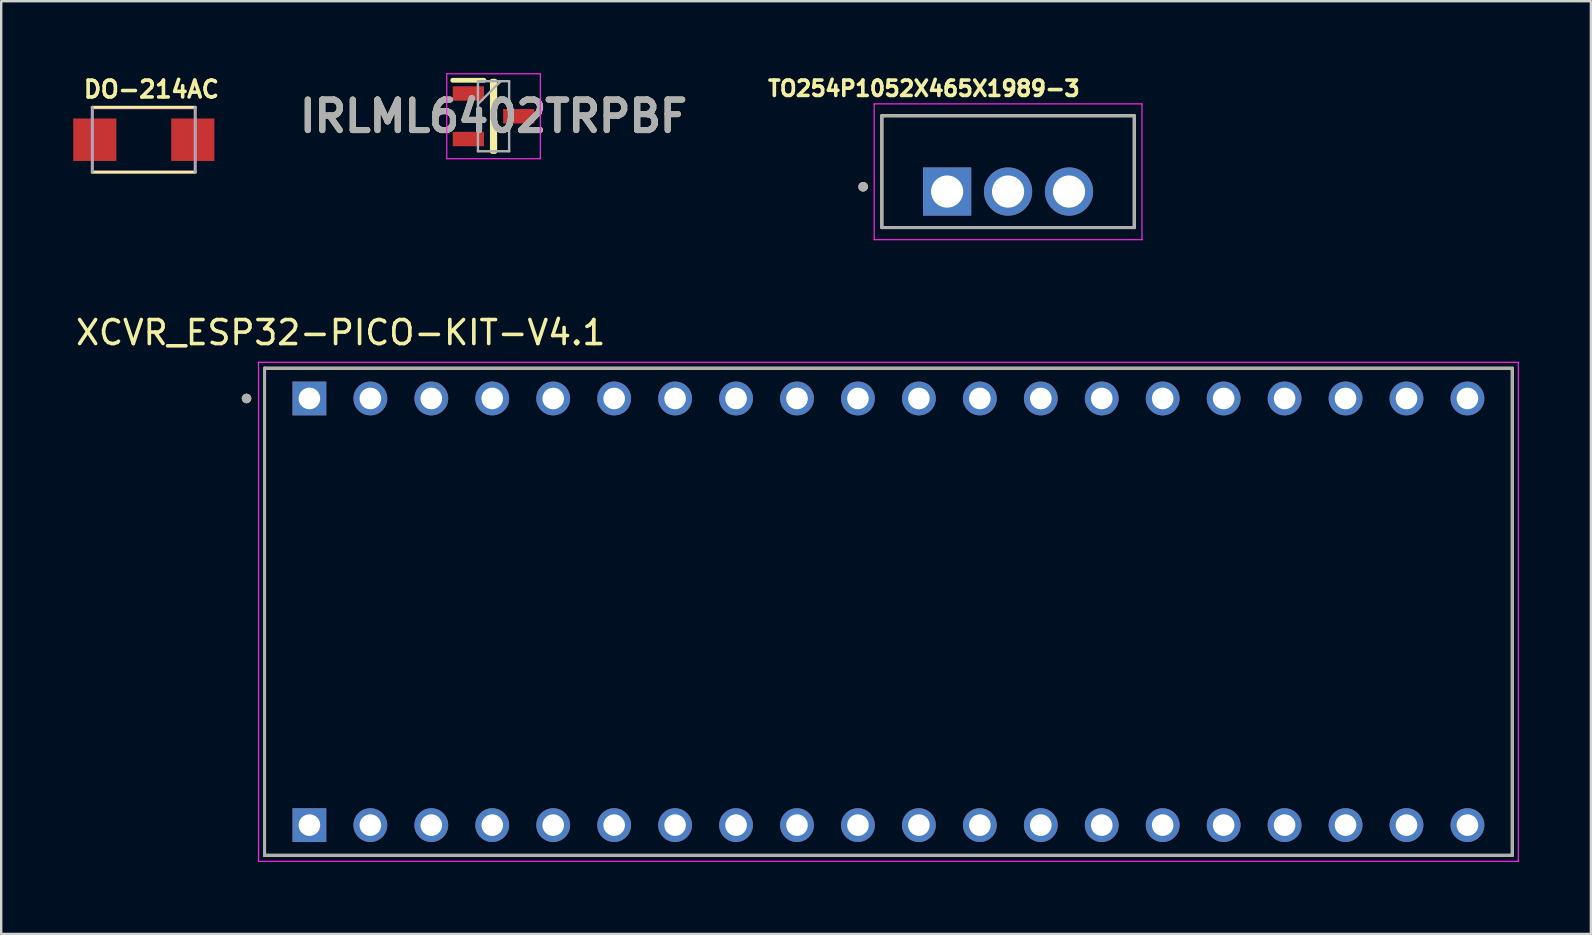
<source format=kicad_pcb>
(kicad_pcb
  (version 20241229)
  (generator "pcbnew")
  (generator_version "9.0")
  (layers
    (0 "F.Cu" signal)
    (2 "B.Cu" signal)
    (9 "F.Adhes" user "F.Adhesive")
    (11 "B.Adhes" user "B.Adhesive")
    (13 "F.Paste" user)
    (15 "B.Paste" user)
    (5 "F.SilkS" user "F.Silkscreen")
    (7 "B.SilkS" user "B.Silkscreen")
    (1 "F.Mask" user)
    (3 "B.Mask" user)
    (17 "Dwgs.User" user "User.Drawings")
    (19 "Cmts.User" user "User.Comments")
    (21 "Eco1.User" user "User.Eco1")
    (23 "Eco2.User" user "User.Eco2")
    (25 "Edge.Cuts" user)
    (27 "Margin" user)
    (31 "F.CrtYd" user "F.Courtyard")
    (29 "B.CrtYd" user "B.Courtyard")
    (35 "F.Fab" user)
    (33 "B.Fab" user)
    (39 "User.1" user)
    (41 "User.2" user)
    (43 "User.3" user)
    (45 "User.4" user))
  (footprint "XCVR_ESP32-PICO-KIT-V4.1"
    (layer "F.Cu")
    (at 33.974 22.446)
    (property "Reference" "XCVR_ESP32-PICO-KIT-V4.1" (at -22.825 -11.635 0) (layer "F.SilkS") (effects (font (size 1 1) (thickness 0.15))))
    (attr through_hole)
    (fp_line (start -26 -10.15) (end 26 -10.15) (stroke (width 0.127) (type solid)) (layer "F.SilkS"))
    (fp_line (start -26 10.15) (end -26 -10.15) (stroke (width 0.127) (type solid)) (layer "F.SilkS"))
    (fp_line (start 26 -10.15) (end 26 10.15) (stroke (width 0.127) (type solid)) (layer "F.SilkS"))
    (fp_line (start 26 10.15) (end -26 10.15) (stroke (width 0.127) (type solid)) (layer "F.SilkS"))
    (fp_circle (center -26.75 -8.89) (end -26.65 -8.89) (stroke (width 0.2) (type solid)) (fill no) (layer "F.SilkS"))
    (fp_line (start -26.25 -10.4) (end 26.25 -10.4) (stroke (width 0.05) (type solid)) (layer "F.CrtYd"))
    (fp_line (start -26.25 10.4) (end -26.25 -10.4) (stroke (width 0.05) (type solid)) (layer "F.CrtYd"))
    (fp_line (start 26.25 -10.4) (end 26.25 10.4) (stroke (width 0.05) (type solid)) (layer "F.CrtYd"))
    (fp_line (start 26.25 10.4) (end -26.25 10.4) (stroke (width 0.05) (type solid)) (layer "F.CrtYd"))
    (fp_line (start -26 -10.15) (end 26 -10.15) (stroke (width 0.127) (type solid)) (layer "F.Fab"))
    (fp_line (start -26 10.15) (end -26 -10.15) (stroke (width 0.127) (type solid)) (layer "F.Fab"))
    (fp_line (start 26 -10.15) (end 26 10.15) (stroke (width 0.127) (type solid)) (layer "F.Fab"))
    (fp_line (start 26 10.15) (end -26 10.15) (stroke (width 0.127) (type solid)) (layer "F.Fab"))
    (fp_circle (center -26.75 -8.89) (end -26.65 -8.89) (stroke (width 0.2) (type solid)) (fill no) (layer "F.Fab"))
    (pad "J2_1" thru_hole rect (at -24.13 -8.89) (size 1.408 1.408) (drill 0.9) (layers "*.Cu" "*.Mask"))
    (pad "J2_2" thru_hole circle (at -21.59 -8.89) (size 1.408 1.408) (drill 0.9) (layers "*.Cu" "*.Mask"))
    (pad "J2_3" thru_hole circle (at -19.05 -8.89) (size 1.408 1.408) (drill 0.9) (layers "*.Cu" "*.Mask"))
    (pad "J2_4" thru_hole circle (at -16.51 -8.89) (size 1.408 1.408) (drill 0.9) (layers "*.Cu" "*.Mask"))
    (pad "J2_5" thru_hole circle (at -13.97 -8.89) (size 1.408 1.408) (drill 0.9) (layers "*.Cu" "*.Mask"))
    (pad "J2_6" thru_hole circle (at -11.43 -8.89) (size 1.408 1.408) (drill 0.9) (layers "*.Cu" "*.Mask"))
    (pad "J2_7" thru_hole circle (at -8.89 -8.89) (size 1.408 1.408) (drill 0.9) (layers "*.Cu" "*.Mask"))
    (pad "J2_8" thru_hole circle (at -6.35 -8.89) (size 1.408 1.408) (drill 0.9) (layers "*.Cu" "*.Mask"))
    (pad "J2_9" thru_hole circle (at -3.81 -8.89) (size 1.408 1.408) (drill 0.9) (layers "*.Cu" "*.Mask"))
    (pad "J2_10" thru_hole circle (at -1.27 -8.89) (size 1.408 1.408) (drill 0.9) (layers "*.Cu" "*.Mask"))
    (pad "J2_11" thru_hole circle (at 1.27 -8.89) (size 1.408 1.408) (drill 0.9) (layers "*.Cu" "*.Mask"))
    (pad "J2_12" thru_hole circle (at 3.81 -8.89) (size 1.408 1.408) (drill 0.9) (layers "*.Cu" "*.Mask"))
    (pad "J2_13" thru_hole circle (at 6.35 -8.89) (size 1.408 1.408) (drill 0.9) (layers "*.Cu" "*.Mask"))
    (pad "J2_14" thru_hole circle (at 8.89 -8.89) (size 1.408 1.408) (drill 0.9) (layers "*.Cu" "*.Mask"))
    (pad "J2_15" thru_hole circle (at 11.43 -8.89) (size 1.408 1.408) (drill 0.9) (layers "*.Cu" "*.Mask"))
    (pad "J2_16" thru_hole circle (at 13.97 -8.89) (size 1.408 1.408) (drill 0.9) (layers "*.Cu" "*.Mask"))
    (pad "J2_17" thru_hole circle (at 16.51 -8.89) (size 1.408 1.408) (drill 0.9) (layers "*.Cu" "*.Mask"))
    (pad "J2_18" thru_hole circle (at 19.05 -8.89) (size 1.408 1.408) (drill 0.9) (layers "*.Cu" "*.Mask"))
    (pad "J2_19" thru_hole circle (at 21.59 -8.89) (size 1.408 1.408) (drill 0.9) (layers "*.Cu" "*.Mask"))
    (pad "J2_20" thru_hole circle (at 24.13 -8.89) (size 1.408 1.408) (drill 0.9) (layers "*.Cu" "*.Mask"))
    (pad "J3_1" thru_hole rect (at -24.13 8.89) (size 1.408 1.408) (drill 0.9) (layers "*.Cu" "*.Mask"))
    (pad "J3_2" thru_hole circle (at -21.59 8.89) (size 1.408 1.408) (drill 0.9) (layers "*.Cu" "*.Mask"))
    (pad "J3_3" thru_hole circle (at -19.05 8.89) (size 1.408 1.408) (drill 0.9) (layers "*.Cu" "*.Mask"))
    (pad "J3_4" thru_hole circle (at -16.51 8.89) (size 1.408 1.408) (drill 0.9) (layers "*.Cu" "*.Mask"))
    (pad "J3_5" thru_hole circle (at -13.97 8.89) (size 1.408 1.408) (drill 0.9) (layers "*.Cu" "*.Mask"))
    (pad "J3_6" thru_hole circle (at -11.43 8.89) (size 1.408 1.408) (drill 0.9) (layers "*.Cu" "*.Mask"))
    (pad "J3_7" thru_hole circle (at -8.89 8.89) (size 1.408 1.408) (drill 0.9) (layers "*.Cu" "*.Mask"))
    (pad "J3_8" thru_hole circle (at -6.35 8.89) (size 1.408 1.408) (drill 0.9) (layers "*.Cu" "*.Mask"))
    (pad "J3_9" thru_hole circle (at -3.81 8.89) (size 1.408 1.408) (drill 0.9) (layers "*.Cu" "*.Mask"))
    (pad "J3_10" thru_hole circle (at -1.27 8.89) (size 1.408 1.408) (drill 0.9) (layers "*.Cu" "*.Mask"))
    (pad "J3_11" thru_hole circle (at 1.27 8.89) (size 1.408 1.408) (drill 0.9) (layers "*.Cu" "*.Mask"))
    (pad "J3_12" thru_hole circle (at 3.81 8.89) (size 1.408 1.408) (drill 0.9) (layers "*.Cu" "*.Mask"))
    (pad "J3_13" thru_hole circle (at 6.35 8.89) (size 1.408 1.408) (drill 0.9) (layers "*.Cu" "*.Mask"))
    (pad "J3_14" thru_hole circle (at 8.89 8.89) (size 1.408 1.408) (drill 0.9) (layers "*.Cu" "*.Mask"))
    (pad "J3_15" thru_hole circle (at 11.43 8.89) (size 1.408 1.408) (drill 0.9) (layers "*.Cu" "*.Mask"))
    (pad "J3_16" thru_hole circle (at 13.97 8.89) (size 1.408 1.408) (drill 0.9) (layers "*.Cu" "*.Mask"))
    (pad "J3_17" thru_hole circle (at 16.51 8.89) (size 1.408 1.408) (drill 0.9) (layers "*.Cu" "*.Mask"))
    (pad "J3_18" thru_hole circle (at 19.05 8.89) (size 1.408 1.408) (drill 0.9) (layers "*.Cu" "*.Mask"))
    (pad "J3_19" thru_hole circle (at 21.59 8.89) (size 1.408 1.408) (drill 0.9) (layers "*.Cu" "*.Mask"))
    (pad "J3_20" thru_hole circle (at 24.13 8.89) (size 1.408 1.408) (drill 0.9) (layers "*.Cu" "*.Mask")))
  (footprint "IRLML6402TRPBF"
    (layer "F.Cu")
    (at 17.518 1.795)
    (property "Reference" "IRLML6402TRPBF" (at 0 0 0) (layer "F.SilkS") (effects (font (size 1.27 1.27) (thickness 0.254))))
    (attr smd)
    (fp_line (start -1.7 -1.5) (end -0.4 -1.5) (stroke (width 0.2) (type solid)) (layer "F.SilkS"))
    (fp_line (start -0.05 -1.46) (end 0.05 -1.46) (stroke (width 0.2) (type solid)) (layer "F.SilkS"))
    (fp_line (start -0.05 1.46) (end -0.05 -1.46) (stroke (width 0.2) (type solid)) (layer "F.SilkS"))
    (fp_line (start 0.05 -1.46) (end 0.05 1.46) (stroke (width 0.2) (type solid)) (layer "F.SilkS"))
    (fp_line (start 0.05 1.46) (end -0.05 1.46) (stroke (width 0.2) (type solid)) (layer "F.SilkS"))
    (fp_line (start -1.95 -1.77) (end 1.95 -1.77) (stroke (width 0.05) (type solid)) (layer "F.CrtYd"))
    (fp_line (start -1.95 1.77) (end -1.95 -1.77) (stroke (width 0.05) (type solid)) (layer "F.CrtYd"))
    (fp_line (start 1.95 -1.77) (end 1.95 1.77) (stroke (width 0.05) (type solid)) (layer "F.CrtYd"))
    (fp_line (start 1.95 1.77) (end -1.95 1.77) (stroke (width 0.05) (type solid)) (layer "F.CrtYd"))
    (fp_line (start -0.65 -1.46) (end 0.65 -1.46) (stroke (width 0.1) (type solid)) (layer "F.Fab"))
    (fp_line (start -0.65 -0.51) (end 0.3 -1.46) (stroke (width 0.1) (type solid)) (layer "F.Fab"))
    (fp_line (start -0.65 1.46) (end -0.65 -1.46) (stroke (width 0.1) (type solid)) (layer "F.Fab"))
    (fp_line (start 0.65 -1.46) (end 0.65 1.46) (stroke (width 0.1) (type solid)) (layer "F.Fab"))
    (fp_line (start 0.65 1.46) (end -0.65 1.46) (stroke (width 0.1) (type solid)) (layer "F.Fab"))
    (fp_text user "${REFERENCE}" (at 0 0 0) (layer "F.Fab") (effects (font (size 1.27 1.27) (thickness 0.254))))
    (pad "1" smd rect (at -1.05 -0.95 90) (size 0.6 1.3) (layers "F.Cu" "F.Mask" "F.Paste"))
    (pad "2" smd rect (at -1.05 0.95 90) (size 0.6 1.3) (layers "F.Cu" "F.Mask" "F.Paste"))
    (pad "3" smd rect (at 1.05 0 90) (size 0.6 1.3) (layers "F.Cu" "F.Mask" "F.Paste")))
  (footprint "DO-214AC"
    (layer "F.Cu")
    (at 2.942 2.773)
    (property "Reference" "DO-214AC" (at 0.318 -2.1 0) (layer "F.SilkS") (effects (font (size 0.701 0.701) (thickness 0.15))))
    (attr smd)
    (fp_line (start -2.145 -1.35) (end 2.145 -1.35) (stroke (width 0.127) (type solid)) (layer "F.SilkS"))
    (fp_line (start 2.145 1.35) (end -2.145 1.35) (stroke (width 0.127) (type solid)) (layer "F.SilkS"))
    (fp_poly (pts (xy -2.16 -1.27) (xy 2.159 -1.27) (xy 2.159 1.271) (xy -2.16 1.271)) (stroke (width 0.01) (type solid)) (fill no) (layer "F.CrtYd"))
    (fp_line (start -2.145 1.35) (end -2.145 -1.35) (stroke (width 0.127) (type solid)) (layer "F.Fab"))
    (fp_line (start 2.145 -1.35) (end 2.145 1.35) (stroke (width 0.127) (type solid)) (layer "F.Fab"))
    (pad "1" smd rect (at -2.042 0 90) (size 1.77 1.8) (layers "F.Cu" "F.Mask" "F.Paste"))
    (pad "2" smd rect (at 2.042 0 90) (size 1.77 1.8) (layers "F.Cu" "F.Mask" "F.Paste")))
  (footprint "TO254P1052X465X1989-3"
    (layer "F.Cu")
    (at 36.42 4.933)
    (property "Reference" "TO254P1052X465X1989-3" (at -0.968 -4.295 0) (layer "F.SilkS") (effects (font (size 0.64 0.64) (thickness 0.15))))
    (attr through_hole)
    (fp_line (start -2.72 -3.16) (end 7.8 -3.16) (stroke (width 0.127) (type solid)) (layer "F.SilkS"))
    (fp_line (start -2.72 1.5) (end -2.72 -3.16) (stroke (width 0.127) (type solid)) (layer "F.SilkS"))
    (fp_line (start 7.8 -3.16) (end 7.8 1.5) (stroke (width 0.127) (type solid)) (layer "F.SilkS"))
    (fp_line (start 7.8 1.5) (end -2.72 1.5) (stroke (width 0.127) (type solid)) (layer "F.SilkS"))
    (fp_circle (center -3.5 -0.2) (end -3.4 -0.2) (stroke (width 0.2) (type solid)) (fill no) (layer "F.SilkS"))
    (fp_line (start -3.04 -3.655) (end 8.12 -3.655) (stroke (width 0.05) (type solid)) (layer "F.CrtYd"))
    (fp_line (start -3.04 2.005) (end -3.04 -3.655) (stroke (width 0.05) (type solid)) (layer "F.CrtYd"))
    (fp_line (start 8.12 -3.655) (end 8.12 2.005) (stroke (width 0.05) (type solid)) (layer "F.CrtYd"))
    (fp_line (start 8.12 2.005) (end -3.04 2.005) (stroke (width 0.05) (type solid)) (layer "F.CrtYd"))
    (fp_line (start -2.72 -3.16) (end 7.8 -3.16) (stroke (width 0.127) (type solid)) (layer "F.Fab"))
    (fp_line (start -2.72 1.5) (end -2.72 -3.16) (stroke (width 0.127) (type solid)) (layer "F.Fab"))
    (fp_line (start 7.8 -3.16) (end 7.8 1.5) (stroke (width 0.127) (type solid)) (layer "F.Fab"))
    (fp_line (start 7.8 1.5) (end -2.72 1.5) (stroke (width 0.127) (type solid)) (layer "F.Fab"))
    (fp_circle (center -3.5 -0.2) (end -3.4 -0.2) (stroke (width 0.2) (type solid)) (fill no) (layer "F.Fab"))
    (pad "1" thru_hole rect (at 0 0) (size 2.01 2.01) (drill 1.34) (layers "*.Cu" "*.Mask"))
    (pad "2" thru_hole circle (at 2.54 0) (size 2.01 2.01) (drill 1.34) (layers "*.Cu" "*.Mask"))
    (pad "3" thru_hole circle (at 5.08 0) (size 2.01 2.01) (drill 1.34) (layers "*.Cu" "*.Mask")))
  (gr_rect
    (start -3 -3)
    (end 63.249 35.871)
    (stroke (width 0.1) (type default))
    (fill no)
    (layer "Edge.Cuts")))
</source>
